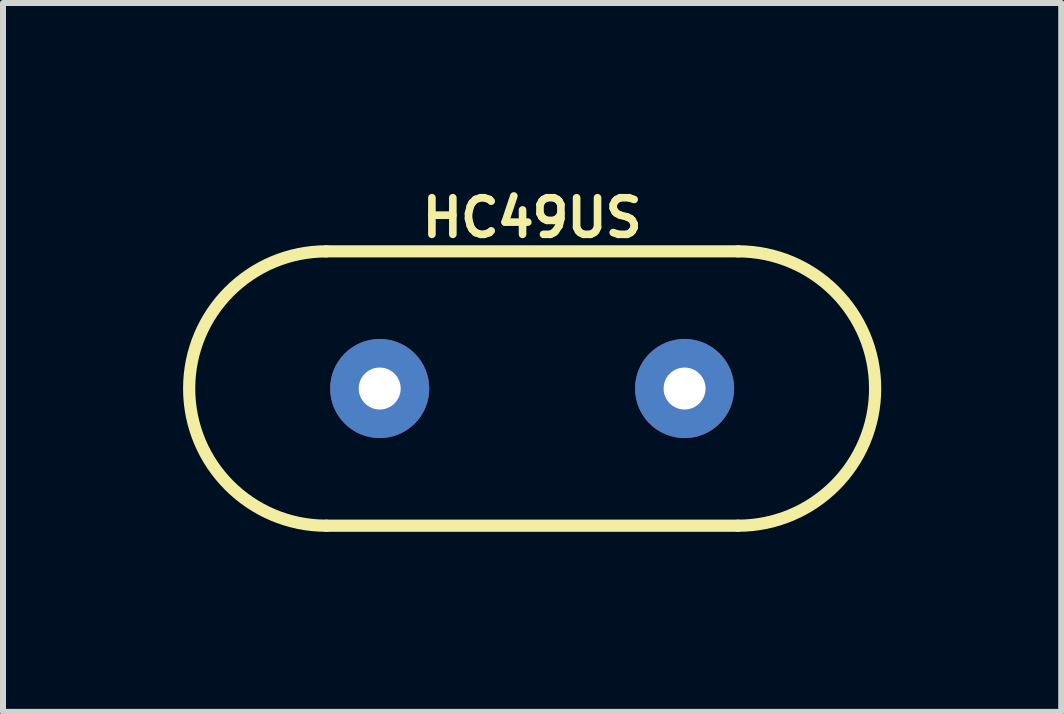
<source format=kicad_pcb>
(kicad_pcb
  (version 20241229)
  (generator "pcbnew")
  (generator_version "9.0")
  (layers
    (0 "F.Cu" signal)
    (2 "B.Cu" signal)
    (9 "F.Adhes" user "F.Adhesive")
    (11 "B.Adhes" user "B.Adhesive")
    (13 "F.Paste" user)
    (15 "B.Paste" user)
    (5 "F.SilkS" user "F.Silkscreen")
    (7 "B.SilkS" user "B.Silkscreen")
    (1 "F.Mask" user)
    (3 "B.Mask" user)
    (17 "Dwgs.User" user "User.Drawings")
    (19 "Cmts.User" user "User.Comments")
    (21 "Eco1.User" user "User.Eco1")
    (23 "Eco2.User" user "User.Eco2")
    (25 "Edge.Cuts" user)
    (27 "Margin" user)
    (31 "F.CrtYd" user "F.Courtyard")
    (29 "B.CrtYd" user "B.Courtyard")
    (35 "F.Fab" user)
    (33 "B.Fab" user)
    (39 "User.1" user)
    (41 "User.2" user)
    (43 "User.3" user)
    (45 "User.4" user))
  (footprint "HC49US"
    (layer "F.Cu")
    (at 5.817 3.424)
    (property "Reference" "HC49US" (at 0 -2.845 0) (layer "F.SilkS") (effects (font (size 0.61 0.61) (thickness 0.127))))
    (attr exclude_from_pos_files exclude_from_bom)
    (fp_line (start -3.429 2.286) (end 3.429 2.286) (stroke (width 0.203) (type solid)) (layer "F.SilkS"))
    (fp_line (start 3.429 -2.286) (end -3.429 -2.286) (stroke (width 0.203) (type solid)) (layer "F.SilkS"))
    (fp_arc (start -3.429 2.286) (mid -5.715 0) (end -3.429 -2.286) (stroke (width 0.2032) (type solid)) (layer "F.SilkS"))
    (fp_arc (start 3.429 -2.286) (mid 5.715 0) (end 3.429 2.286) (stroke (width 0.2032) (type solid)) (layer "F.SilkS"))
    (pad "1" thru_hole circle (at -2.54 0) (size 1.651 1.651) (drill 0.699) (layers "*.Cu" "*.Mask"))
    (pad "2" thru_hole circle (at 2.54 0) (size 1.651 1.651) (drill 0.699) (layers "*.Cu" "*.Mask")))
  (gr_rect
    (start -3 -3)
    (end 14.633 8.812)
    (stroke (width 0.1) (type default))
    (fill no)
    (layer "Edge.Cuts")))
</source>
